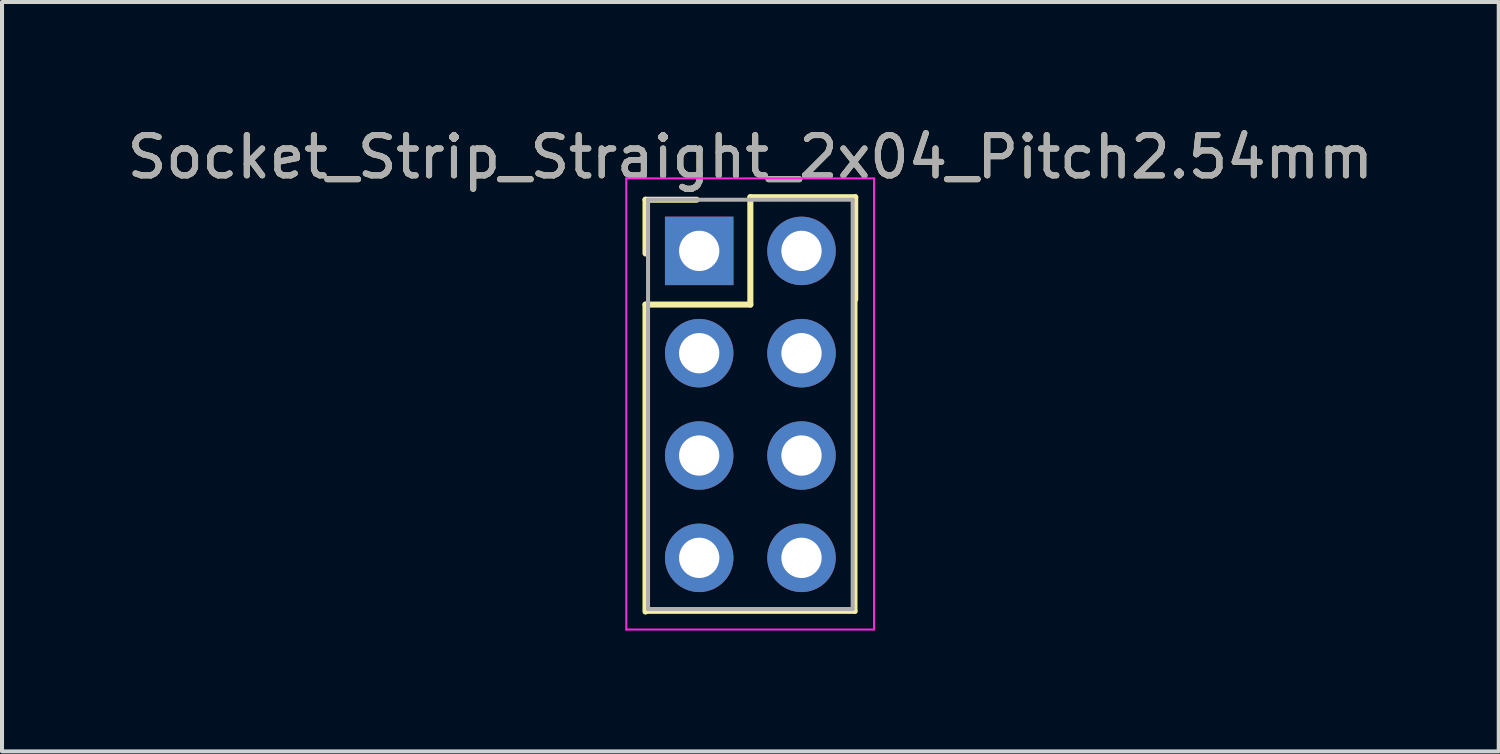
<source format=kicad_pcb>
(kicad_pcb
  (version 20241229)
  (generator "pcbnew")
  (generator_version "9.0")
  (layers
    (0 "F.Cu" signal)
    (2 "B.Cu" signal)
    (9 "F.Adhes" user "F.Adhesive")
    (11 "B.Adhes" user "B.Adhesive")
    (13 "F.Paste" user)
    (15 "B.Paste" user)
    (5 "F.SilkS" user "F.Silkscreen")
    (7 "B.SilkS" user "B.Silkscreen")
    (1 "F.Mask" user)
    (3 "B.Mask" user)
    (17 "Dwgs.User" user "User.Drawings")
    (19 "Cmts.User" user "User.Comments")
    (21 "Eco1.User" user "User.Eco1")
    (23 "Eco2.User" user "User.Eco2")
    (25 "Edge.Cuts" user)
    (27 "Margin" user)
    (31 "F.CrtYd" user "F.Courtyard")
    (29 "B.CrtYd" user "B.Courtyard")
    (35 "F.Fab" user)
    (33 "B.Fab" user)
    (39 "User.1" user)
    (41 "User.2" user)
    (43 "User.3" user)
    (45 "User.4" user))
  (footprint "Socket_Strip_Straight_2x04_Pitch2.54mm"
    (layer "F.Cu")
    (at 16.847 3.178)
    (property "Reference" "Socket_Strip_Straight_2x04_Pitch2.54mm" (at -1.27 -2.33 0) (layer "F.SilkS") (effects (font (size 1 1) (thickness 0.15))))
    (attr through_hole)
    (fp_line (start -3.873 -1.27) (end -2.603 -1.27) (stroke (width 0.15) (type solid)) (layer "F.SilkS"))
    (fp_line (start -3.873 0.064) (end -3.873 -1.27) (stroke (width 0.15) (type solid)) (layer "F.SilkS"))
    (fp_line (start -3.873 1.333) (end -1.27 1.333) (stroke (width 0.15) (type solid)) (layer "F.SilkS"))
    (fp_line (start -3.873 8.954) (end -3.873 1.333) (stroke (width 0.15) (type solid)) (layer "F.SilkS"))
    (fp_line (start -1.27 -1.333) (end 1.333 -1.333) (stroke (width 0.15) (type solid)) (layer "F.SilkS"))
    (fp_line (start -1.27 -1.33) (end -1.27 1.27) (stroke (width 0.12) (type solid)) (layer "F.SilkS"))
    (fp_line (start -1.27 1.333) (end -1.27 -1.333) (stroke (width 0.15) (type solid)) (layer "F.SilkS"))
    (fp_line (start 1.33 1.27) (end 1.33 8.95) (stroke (width 0.12) (type solid)) (layer "F.SilkS"))
    (fp_line (start 1.33 8.95) (end -3.87 8.95) (stroke (width 0.12) (type solid)) (layer "F.SilkS"))
    (fp_line (start 1.333 -1.333) (end 1.333 1.206) (stroke (width 0.15) (type solid)) (layer "F.SilkS"))
    (fp_line (start -4.35 -1.8) (end -4.35 9.4) (stroke (width 0.05) (type solid)) (layer "F.CrtYd"))
    (fp_line (start -4.35 9.4) (end 1.8 9.4) (stroke (width 0.05) (type solid)) (layer "F.CrtYd"))
    (fp_line (start 1.8 -1.8) (end -4.35 -1.8) (stroke (width 0.05) (type solid)) (layer "F.CrtYd"))
    (fp_line (start 1.8 9.4) (end 1.8 -1.8) (stroke (width 0.05) (type solid)) (layer "F.CrtYd"))
    (fp_line (start -3.81 -1.27) (end -3.81 8.89) (stroke (width 0.1) (type solid)) (layer "F.Fab"))
    (fp_line (start -3.81 8.89) (end 1.27 8.89) (stroke (width 0.1) (type solid)) (layer "F.Fab"))
    (fp_line (start 1.27 -1.27) (end -3.81 -1.27) (stroke (width 0.1) (type solid)) (layer "F.Fab"))
    (fp_line (start 1.27 8.89) (end 1.27 -1.27) (stroke (width 0.1) (type solid)) (layer "F.Fab"))
    (fp_text user "${REFERENCE}" (at -1.27 -2.33 0) (layer "F.Fab") (effects (font (size 1 1) (thickness 0.15))))
    (pad "1" thru_hole rect (at -2.54 0) (size 1.7 1.7) (drill 1) (layers "*.Cu" "*.Mask"))
    (pad "2" thru_hole oval (at 0 0) (size 1.7 1.7) (drill 1) (layers "*.Cu" "*.Mask"))
    (pad "3" thru_hole oval (at -2.54 2.54) (size 1.7 1.7) (drill 1) (layers "*.Cu" "*.Mask"))
    (pad "4" thru_hole oval (at 0 2.54) (size 1.7 1.7) (drill 1) (layers "*.Cu" "*.Mask"))
    (pad "5" thru_hole oval (at -2.54 5.08) (size 1.7 1.7) (drill 1) (layers "*.Cu" "*.Mask"))
    (pad "6" thru_hole oval (at 0 5.08) (size 1.7 1.7) (drill 1) (layers "*.Cu" "*.Mask"))
    (pad "7" thru_hole oval (at -2.54 7.62) (size 1.7 1.7) (drill 1) (layers "*.Cu" "*.Mask"))
    (pad "8" thru_hole oval (at 0 7.62) (size 1.7 1.7) (drill 1) (layers "*.Cu" "*.Mask")))
  (gr_rect
    (start -3 -3)
    (end 34.155 15.603)
    (stroke (width 0.1) (type default))
    (fill no)
    (layer "Edge.Cuts")))
</source>
